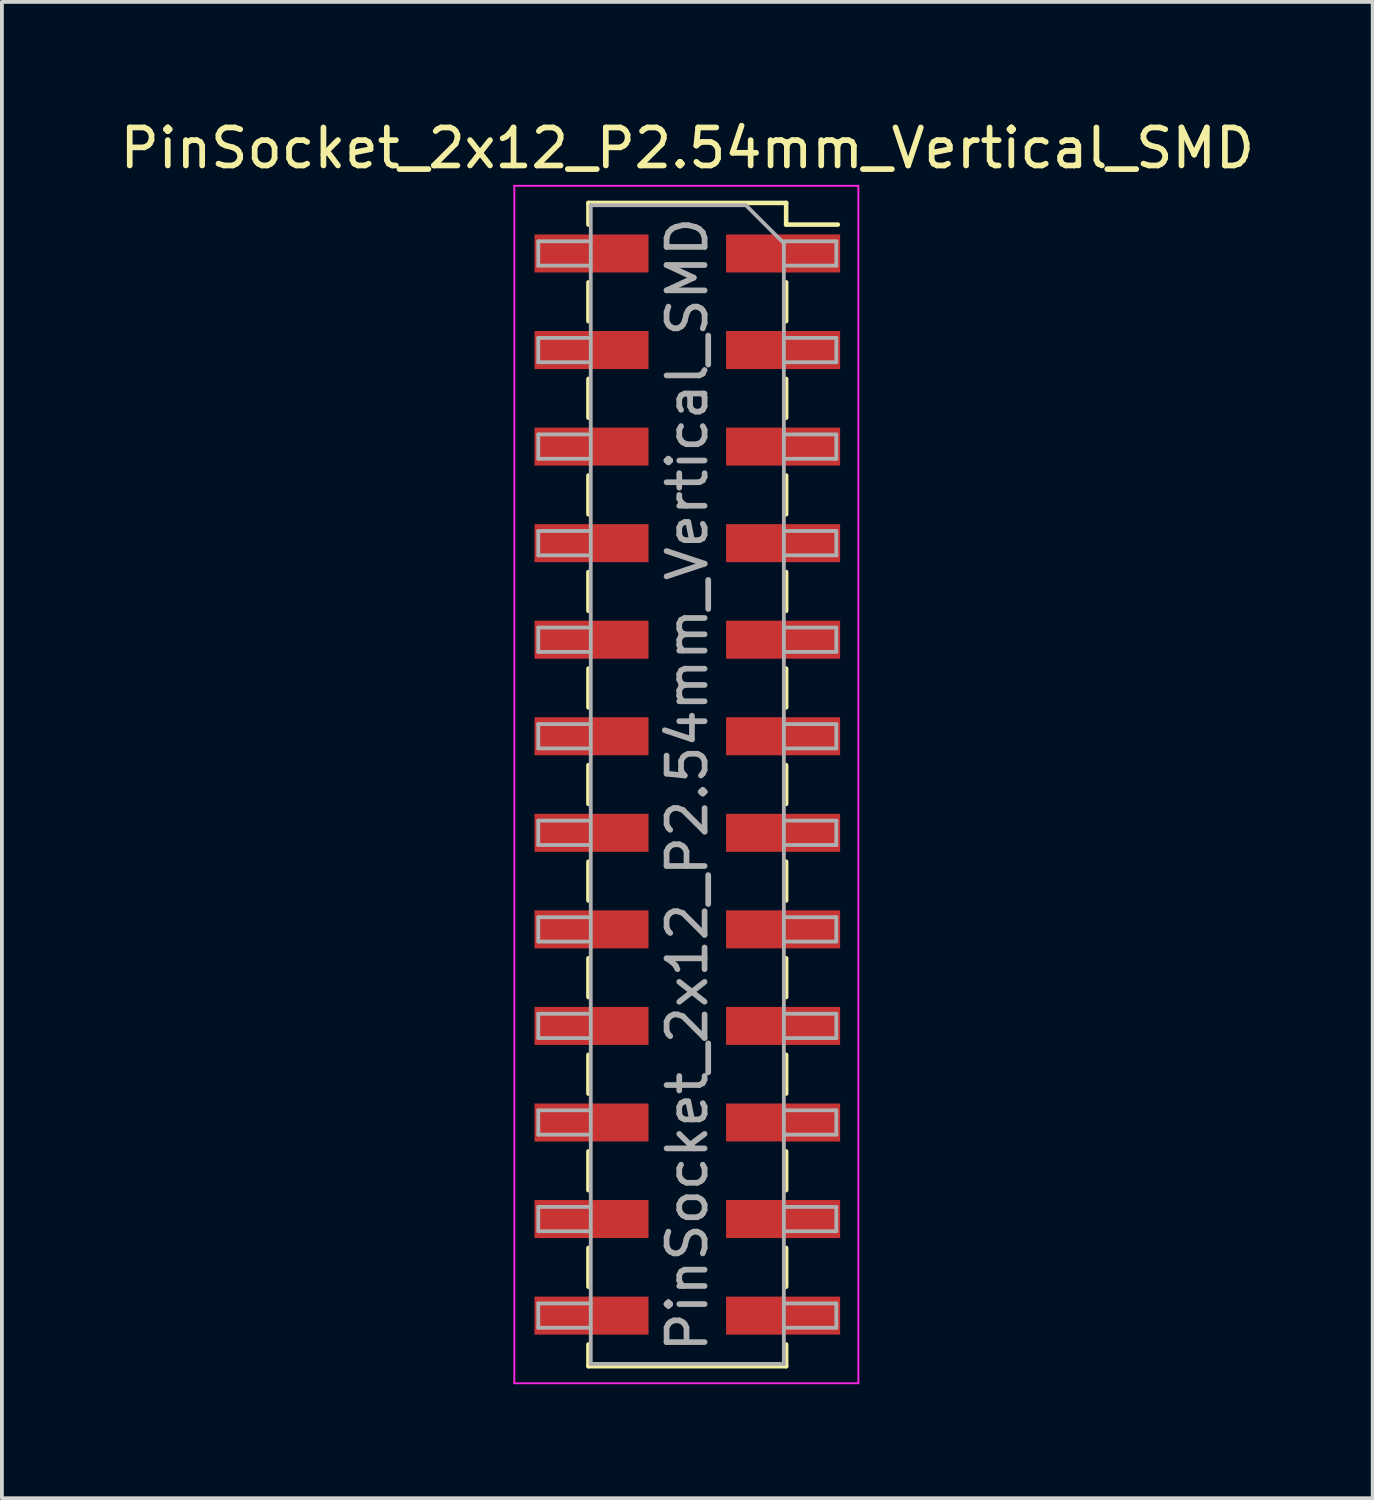
<source format=kicad_pcb>
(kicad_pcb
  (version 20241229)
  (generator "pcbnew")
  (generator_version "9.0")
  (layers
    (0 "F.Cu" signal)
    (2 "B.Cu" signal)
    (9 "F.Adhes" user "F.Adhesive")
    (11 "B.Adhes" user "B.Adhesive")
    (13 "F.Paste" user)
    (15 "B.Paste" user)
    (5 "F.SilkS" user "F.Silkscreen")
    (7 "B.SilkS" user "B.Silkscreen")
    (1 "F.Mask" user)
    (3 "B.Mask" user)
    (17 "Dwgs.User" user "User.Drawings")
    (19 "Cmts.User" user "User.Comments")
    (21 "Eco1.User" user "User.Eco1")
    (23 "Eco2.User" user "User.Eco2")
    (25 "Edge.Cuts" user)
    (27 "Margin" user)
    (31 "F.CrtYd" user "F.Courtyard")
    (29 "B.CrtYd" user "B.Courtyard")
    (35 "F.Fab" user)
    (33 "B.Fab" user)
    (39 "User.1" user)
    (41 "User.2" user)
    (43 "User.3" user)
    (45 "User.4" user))
  (footprint "PinSocket_2x12_P2.54mm_Vertical_SMD"
    (layer "F.Cu")
    (at 15.03 17.588)
    (property "Reference" "PinSocket_2x12_P2.54mm_Vertical_SMD" (at 0 -16.74 0) (layer "F.SilkS") (effects (font (size 1 1) (thickness 0.15))))
    (attr smd)
    (fp_line (start -2.6 -15.3) (end -2.6 -14.73) (stroke (width 0.12) (type solid)) (layer "F.SilkS"))
    (fp_line (start -2.6 -15.3) (end 2.6 -15.3) (stroke (width 0.12) (type solid)) (layer "F.SilkS"))
    (fp_line (start -2.6 -13.21) (end -2.6 -12.19) (stroke (width 0.12) (type solid)) (layer "F.SilkS"))
    (fp_line (start -2.6 -10.67) (end -2.6 -9.65) (stroke (width 0.12) (type solid)) (layer "F.SilkS"))
    (fp_line (start -2.6 -8.13) (end -2.6 -7.11) (stroke (width 0.12) (type solid)) (layer "F.SilkS"))
    (fp_line (start -2.6 -5.59) (end -2.6 -4.57) (stroke (width 0.12) (type solid)) (layer "F.SilkS"))
    (fp_line (start -2.6 -3.05) (end -2.6 -2.03) (stroke (width 0.12) (type solid)) (layer "F.SilkS"))
    (fp_line (start -2.6 -0.51) (end -2.6 0.51) (stroke (width 0.12) (type solid)) (layer "F.SilkS"))
    (fp_line (start -2.6 2.03) (end -2.6 3.05) (stroke (width 0.12) (type solid)) (layer "F.SilkS"))
    (fp_line (start -2.6 4.57) (end -2.6 5.59) (stroke (width 0.12) (type solid)) (layer "F.SilkS"))
    (fp_line (start -2.6 7.11) (end -2.6 8.13) (stroke (width 0.12) (type solid)) (layer "F.SilkS"))
    (fp_line (start -2.6 9.65) (end -2.6 10.67) (stroke (width 0.12) (type solid)) (layer "F.SilkS"))
    (fp_line (start -2.6 12.19) (end -2.6 13.21) (stroke (width 0.12) (type solid)) (layer "F.SilkS"))
    (fp_line (start -2.6 14.73) (end -2.6 15.3) (stroke (width 0.12) (type solid)) (layer "F.SilkS"))
    (fp_line (start -2.6 15.3) (end 2.6 15.3) (stroke (width 0.12) (type solid)) (layer "F.SilkS"))
    (fp_line (start 2.6 -15.3) (end 2.6 -14.73) (stroke (width 0.12) (type solid)) (layer "F.SilkS"))
    (fp_line (start 2.6 -14.73) (end 3.96 -14.73) (stroke (width 0.12) (type solid)) (layer "F.SilkS"))
    (fp_line (start 2.6 -13.21) (end 2.6 -12.19) (stroke (width 0.12) (type solid)) (layer "F.SilkS"))
    (fp_line (start 2.6 -10.67) (end 2.6 -9.65) (stroke (width 0.12) (type solid)) (layer "F.SilkS"))
    (fp_line (start 2.6 -8.13) (end 2.6 -7.11) (stroke (width 0.12) (type solid)) (layer "F.SilkS"))
    (fp_line (start 2.6 -5.59) (end 2.6 -4.57) (stroke (width 0.12) (type solid)) (layer "F.SilkS"))
    (fp_line (start 2.6 -3.05) (end 2.6 -2.03) (stroke (width 0.12) (type solid)) (layer "F.SilkS"))
    (fp_line (start 2.6 -0.51) (end 2.6 0.51) (stroke (width 0.12) (type solid)) (layer "F.SilkS"))
    (fp_line (start 2.6 2.03) (end 2.6 3.05) (stroke (width 0.12) (type solid)) (layer "F.SilkS"))
    (fp_line (start 2.6 4.57) (end 2.6 5.59) (stroke (width 0.12) (type solid)) (layer "F.SilkS"))
    (fp_line (start 2.6 7.11) (end 2.6 8.13) (stroke (width 0.12) (type solid)) (layer "F.SilkS"))
    (fp_line (start 2.6 9.65) (end 2.6 10.67) (stroke (width 0.12) (type solid)) (layer "F.SilkS"))
    (fp_line (start 2.6 12.19) (end 2.6 13.21) (stroke (width 0.12) (type solid)) (layer "F.SilkS"))
    (fp_line (start 2.6 14.73) (end 2.6 15.3) (stroke (width 0.12) (type solid)) (layer "F.SilkS"))
    (fp_line (start -4.55 -15.75) (end 4.5 -15.75) (stroke (width 0.05) (type solid)) (layer "F.CrtYd"))
    (fp_line (start -4.55 15.75) (end -4.55 -15.75) (stroke (width 0.05) (type solid)) (layer "F.CrtYd"))
    (fp_line (start 4.5 -15.75) (end 4.5 15.75) (stroke (width 0.05) (type solid)) (layer "F.CrtYd"))
    (fp_line (start 4.5 15.75) (end -4.55 15.75) (stroke (width 0.05) (type solid)) (layer "F.CrtYd"))
    (fp_line (start -3.92 -14.29) (end -2.54 -14.29) (stroke (width 0.1) (type solid)) (layer "F.Fab"))
    (fp_line (start -3.92 -13.65) (end -3.92 -14.29) (stroke (width 0.1) (type solid)) (layer "F.Fab"))
    (fp_line (start -3.92 -11.75) (end -2.54 -11.75) (stroke (width 0.1) (type solid)) (layer "F.Fab"))
    (fp_line (start -3.92 -11.11) (end -3.92 -11.75) (stroke (width 0.1) (type solid)) (layer "F.Fab"))
    (fp_line (start -3.92 -9.21) (end -2.54 -9.21) (stroke (width 0.1) (type solid)) (layer "F.Fab"))
    (fp_line (start -3.92 -8.57) (end -3.92 -9.21) (stroke (width 0.1) (type solid)) (layer "F.Fab"))
    (fp_line (start -3.92 -6.67) (end -2.54 -6.67) (stroke (width 0.1) (type solid)) (layer "F.Fab"))
    (fp_line (start -3.92 -6.03) (end -3.92 -6.67) (stroke (width 0.1) (type solid)) (layer "F.Fab"))
    (fp_line (start -3.92 -4.13) (end -2.54 -4.13) (stroke (width 0.1) (type solid)) (layer "F.Fab"))
    (fp_line (start -3.92 -3.49) (end -3.92 -4.13) (stroke (width 0.1) (type solid)) (layer "F.Fab"))
    (fp_line (start -3.92 -1.59) (end -2.54 -1.59) (stroke (width 0.1) (type solid)) (layer "F.Fab"))
    (fp_line (start -3.92 -0.95) (end -3.92 -1.59) (stroke (width 0.1) (type solid)) (layer "F.Fab"))
    (fp_line (start -3.92 0.95) (end -2.54 0.95) (stroke (width 0.1) (type solid)) (layer "F.Fab"))
    (fp_line (start -3.92 1.59) (end -3.92 0.95) (stroke (width 0.1) (type solid)) (layer "F.Fab"))
    (fp_line (start -3.92 3.49) (end -2.54 3.49) (stroke (width 0.1) (type solid)) (layer "F.Fab"))
    (fp_line (start -3.92 4.13) (end -3.92 3.49) (stroke (width 0.1) (type solid)) (layer "F.Fab"))
    (fp_line (start -3.92 6.03) (end -2.54 6.03) (stroke (width 0.1) (type solid)) (layer "F.Fab"))
    (fp_line (start -3.92 6.67) (end -3.92 6.03) (stroke (width 0.1) (type solid)) (layer "F.Fab"))
    (fp_line (start -3.92 8.57) (end -2.54 8.57) (stroke (width 0.1) (type solid)) (layer "F.Fab"))
    (fp_line (start -3.92 9.21) (end -3.92 8.57) (stroke (width 0.1) (type solid)) (layer "F.Fab"))
    (fp_line (start -3.92 11.11) (end -2.54 11.11) (stroke (width 0.1) (type solid)) (layer "F.Fab"))
    (fp_line (start -3.92 11.75) (end -3.92 11.11) (stroke (width 0.1) (type solid)) (layer "F.Fab"))
    (fp_line (start -3.92 13.65) (end -2.54 13.65) (stroke (width 0.1) (type solid)) (layer "F.Fab"))
    (fp_line (start -3.92 14.29) (end -3.92 13.65) (stroke (width 0.1) (type solid)) (layer "F.Fab"))
    (fp_line (start -2.54 -15.24) (end 1.54 -15.24) (stroke (width 0.1) (type solid)) (layer "F.Fab"))
    (fp_line (start -2.54 -13.65) (end -3.92 -13.65) (stroke (width 0.1) (type solid)) (layer "F.Fab"))
    (fp_line (start -2.54 -11.11) (end -3.92 -11.11) (stroke (width 0.1) (type solid)) (layer "F.Fab"))
    (fp_line (start -2.54 -8.57) (end -3.92 -8.57) (stroke (width 0.1) (type solid)) (layer "F.Fab"))
    (fp_line (start -2.54 -6.03) (end -3.92 -6.03) (stroke (width 0.1) (type solid)) (layer "F.Fab"))
    (fp_line (start -2.54 -3.49) (end -3.92 -3.49) (stroke (width 0.1) (type solid)) (layer "F.Fab"))
    (fp_line (start -2.54 -0.95) (end -3.92 -0.95) (stroke (width 0.1) (type solid)) (layer "F.Fab"))
    (fp_line (start -2.54 1.59) (end -3.92 1.59) (stroke (width 0.1) (type solid)) (layer "F.Fab"))
    (fp_line (start -2.54 4.13) (end -3.92 4.13) (stroke (width 0.1) (type solid)) (layer "F.Fab"))
    (fp_line (start -2.54 6.67) (end -3.92 6.67) (stroke (width 0.1) (type solid)) (layer "F.Fab"))
    (fp_line (start -2.54 9.21) (end -3.92 9.21) (stroke (width 0.1) (type solid)) (layer "F.Fab"))
    (fp_line (start -2.54 11.75) (end -3.92 11.75) (stroke (width 0.1) (type solid)) (layer "F.Fab"))
    (fp_line (start -2.54 14.29) (end -3.92 14.29) (stroke (width 0.1) (type solid)) (layer "F.Fab"))
    (fp_line (start -2.54 15.24) (end -2.54 -15.24) (stroke (width 0.1) (type solid)) (layer "F.Fab"))
    (fp_line (start 1.54 -15.24) (end 2.54 -14.24) (stroke (width 0.1) (type solid)) (layer "F.Fab"))
    (fp_line (start 2.54 -14.29) (end 3.92 -14.29) (stroke (width 0.1) (type solid)) (layer "F.Fab"))
    (fp_line (start 2.54 -14.24) (end 2.54 15.24) (stroke (width 0.1) (type solid)) (layer "F.Fab"))
    (fp_line (start 2.54 -11.75) (end 3.92 -11.75) (stroke (width 0.1) (type solid)) (layer "F.Fab"))
    (fp_line (start 2.54 -9.21) (end 3.92 -9.21) (stroke (width 0.1) (type solid)) (layer "F.Fab"))
    (fp_line (start 2.54 -6.67) (end 3.92 -6.67) (stroke (width 0.1) (type solid)) (layer "F.Fab"))
    (fp_line (start 2.54 -4.13) (end 3.92 -4.13) (stroke (width 0.1) (type solid)) (layer "F.Fab"))
    (fp_line (start 2.54 -1.59) (end 3.92 -1.59) (stroke (width 0.1) (type solid)) (layer "F.Fab"))
    (fp_line (start 2.54 0.95) (end 3.92 0.95) (stroke (width 0.1) (type solid)) (layer "F.Fab"))
    (fp_line (start 2.54 3.49) (end 3.92 3.49) (stroke (width 0.1) (type solid)) (layer "F.Fab"))
    (fp_line (start 2.54 6.03) (end 3.92 6.03) (stroke (width 0.1) (type solid)) (layer "F.Fab"))
    (fp_line (start 2.54 8.57) (end 3.92 8.57) (stroke (width 0.1) (type solid)) (layer "F.Fab"))
    (fp_line (start 2.54 11.11) (end 3.92 11.11) (stroke (width 0.1) (type solid)) (layer "F.Fab"))
    (fp_line (start 2.54 13.65) (end 3.92 13.65) (stroke (width 0.1) (type solid)) (layer "F.Fab"))
    (fp_line (start 2.54 15.24) (end -2.54 15.24) (stroke (width 0.1) (type solid)) (layer "F.Fab"))
    (fp_line (start 3.92 -14.29) (end 3.92 -13.65) (stroke (width 0.1) (type solid)) (layer "F.Fab"))
    (fp_line (start 3.92 -13.65) (end 2.54 -13.65) (stroke (width 0.1) (type solid)) (layer "F.Fab"))
    (fp_line (start 3.92 -11.75) (end 3.92 -11.11) (stroke (width 0.1) (type solid)) (layer "F.Fab"))
    (fp_line (start 3.92 -11.11) (end 2.54 -11.11) (stroke (width 0.1) (type solid)) (layer "F.Fab"))
    (fp_line (start 3.92 -9.21) (end 3.92 -8.57) (stroke (width 0.1) (type solid)) (layer "F.Fab"))
    (fp_line (start 3.92 -8.57) (end 2.54 -8.57) (stroke (width 0.1) (type solid)) (layer "F.Fab"))
    (fp_line (start 3.92 -6.67) (end 3.92 -6.03) (stroke (width 0.1) (type solid)) (layer "F.Fab"))
    (fp_line (start 3.92 -6.03) (end 2.54 -6.03) (stroke (width 0.1) (type solid)) (layer "F.Fab"))
    (fp_line (start 3.92 -4.13) (end 3.92 -3.49) (stroke (width 0.1) (type solid)) (layer "F.Fab"))
    (fp_line (start 3.92 -3.49) (end 2.54 -3.49) (stroke (width 0.1) (type solid)) (layer "F.Fab"))
    (fp_line (start 3.92 -1.59) (end 3.92 -0.95) (stroke (width 0.1) (type solid)) (layer "F.Fab"))
    (fp_line (start 3.92 -0.95) (end 2.54 -0.95) (stroke (width 0.1) (type solid)) (layer "F.Fab"))
    (fp_line (start 3.92 0.95) (end 3.92 1.59) (stroke (width 0.1) (type solid)) (layer "F.Fab"))
    (fp_line (start 3.92 1.59) (end 2.54 1.59) (stroke (width 0.1) (type solid)) (layer "F.Fab"))
    (fp_line (start 3.92 3.49) (end 3.92 4.13) (stroke (width 0.1) (type solid)) (layer "F.Fab"))
    (fp_line (start 3.92 4.13) (end 2.54 4.13) (stroke (width 0.1) (type solid)) (layer "F.Fab"))
    (fp_line (start 3.92 6.03) (end 3.92 6.67) (stroke (width 0.1) (type solid)) (layer "F.Fab"))
    (fp_line (start 3.92 6.67) (end 2.54 6.67) (stroke (width 0.1) (type solid)) (layer "F.Fab"))
    (fp_line (start 3.92 8.57) (end 3.92 9.21) (stroke (width 0.1) (type solid)) (layer "F.Fab"))
    (fp_line (start 3.92 9.21) (end 2.54 9.21) (stroke (width 0.1) (type solid)) (layer "F.Fab"))
    (fp_line (start 3.92 11.11) (end 3.92 11.75) (stroke (width 0.1) (type solid)) (layer "F.Fab"))
    (fp_line (start 3.92 11.75) (end 2.54 11.75) (stroke (width 0.1) (type solid)) (layer "F.Fab"))
    (fp_line (start 3.92 13.65) (end 3.92 14.29) (stroke (width 0.1) (type solid)) (layer "F.Fab"))
    (fp_line (start 3.92 14.29) (end 2.54 14.29) (stroke (width 0.1) (type solid)) (layer "F.Fab"))
    (fp_text user "${REFERENCE}" (at 0 0 90) (layer "F.Fab") (effects (font (size 1 1) (thickness 0.15))))
    (pad "1" smd rect (at 2.52 -13.97) (size 3 1) (layers "F.Cu" "F.Mask" "F.Paste"))
    (pad "2" smd rect (at -2.52 -13.97) (size 3 1) (layers "F.Cu" "F.Mask" "F.Paste"))
    (pad "3" smd rect (at 2.52 -11.43) (size 3 1) (layers "F.Cu" "F.Mask" "F.Paste"))
    (pad "4" smd rect (at -2.52 -11.43) (size 3 1) (layers "F.Cu" "F.Mask" "F.Paste"))
    (pad "5" smd rect (at 2.52 -8.89) (size 3 1) (layers "F.Cu" "F.Mask" "F.Paste"))
    (pad "6" smd rect (at -2.52 -8.89) (size 3 1) (layers "F.Cu" "F.Mask" "F.Paste"))
    (pad "7" smd rect (at 2.52 -6.35) (size 3 1) (layers "F.Cu" "F.Mask" "F.Paste"))
    (pad "8" smd rect (at -2.52 -6.35) (size 3 1) (layers "F.Cu" "F.Mask" "F.Paste"))
    (pad "9" smd rect (at 2.52 -3.81) (size 3 1) (layers "F.Cu" "F.Mask" "F.Paste"))
    (pad "10" smd rect (at -2.52 -3.81) (size 3 1) (layers "F.Cu" "F.Mask" "F.Paste"))
    (pad "11" smd rect (at 2.52 -1.27) (size 3 1) (layers "F.Cu" "F.Mask" "F.Paste"))
    (pad "12" smd rect (at -2.52 -1.27) (size 3 1) (layers "F.Cu" "F.Mask" "F.Paste"))
    (pad "13" smd rect (at 2.52 1.27) (size 3 1) (layers "F.Cu" "F.Mask" "F.Paste"))
    (pad "14" smd rect (at -2.52 1.27) (size 3 1) (layers "F.Cu" "F.Mask" "F.Paste"))
    (pad "15" smd rect (at 2.52 3.81) (size 3 1) (layers "F.Cu" "F.Mask" "F.Paste"))
    (pad "16" smd rect (at -2.52 3.81) (size 3 1) (layers "F.Cu" "F.Mask" "F.Paste"))
    (pad "17" smd rect (at 2.52 6.35) (size 3 1) (layers "F.Cu" "F.Mask" "F.Paste"))
    (pad "18" smd rect (at -2.52 6.35) (size 3 1) (layers "F.Cu" "F.Mask" "F.Paste"))
    (pad "19" smd rect (at 2.52 8.89) (size 3 1) (layers "F.Cu" "F.Mask" "F.Paste"))
    (pad "20" smd rect (at -2.52 8.89) (size 3 1) (layers "F.Cu" "F.Mask" "F.Paste"))
    (pad "21" smd rect (at 2.52 11.43) (size 3 1) (layers "F.Cu" "F.Mask" "F.Paste"))
    (pad "22" smd rect (at -2.52 11.43) (size 3 1) (layers "F.Cu" "F.Mask" "F.Paste"))
    (pad "23" smd rect (at 2.52 13.97) (size 3 1) (layers "F.Cu" "F.Mask" "F.Paste"))
    (pad "24" smd rect (at -2.52 13.97) (size 3 1) (layers "F.Cu" "F.Mask" "F.Paste")))
  (gr_rect
    (start -3 -3)
    (end 33.06 36.363)
    (stroke (width 0.1) (type default))
    (fill no)
    (layer "Edge.Cuts")))
</source>
